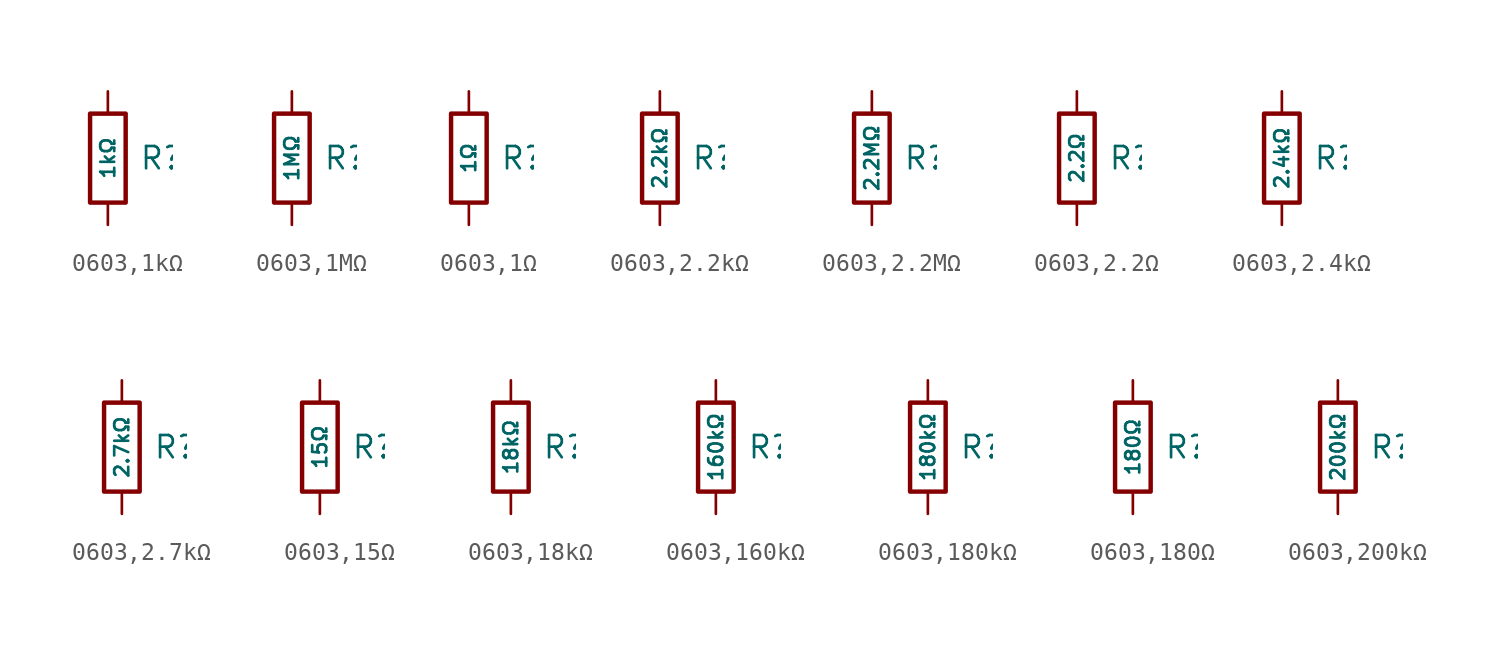
<source format=kicad_sym>
(kicad_symbol_lib
  (version 20231120)
  (generator "CDFER")
  (generator_version "8.0")
  (symbol "0603,1kΩ"
    (pin_numbers hide)
    (pin_names
      (offset 0))
    (property "Reference" "R"
      (at 1.778 0 0)
      (effects (font (size 1.27 1.27)) (justify left)))
    (property "Value" "1kΩ"
      (at 0 0 90)
      (do_not_autoplace)
      (effects (font (size 0.8 0.8))))
    (symbol "0603,1kΩ_0_1"
      (rectangle (start -1.016 2.54) (end 1.016 -2.54) (stroke (width 0.254) (type default)) (fill (type none))))
    (symbol "0603,1kΩ_1_1"
      (pin passive line (at 0 3.81 270) (length 1.27) (name "~" (effects (font (size 1.27 1.27)))) (number "1" (effects (font (size 1.27 1.27)))))
      (pin passive line (at 0 -3.81 90) (length 1.27) (name "~" (effects (font (size 1.27 1.27)))) (number "2" (effects (font (size 1.27 1.27)))))))
  (symbol "0603,1MΩ"
    (pin_numbers hide)
    (pin_names
      (offset 0))
    (property "Reference" "R"
      (at 1.778 0 0)
      (effects (font (size 1.27 1.27)) (justify left)))
    (property "Value" "1MΩ"
      (at 0 0 90)
      (do_not_autoplace)
      (effects (font (size 0.8 0.8))))
    (symbol "0603,1MΩ_0_1"
      (rectangle (start -1.016 2.54) (end 1.016 -2.54) (stroke (width 0.254) (type default)) (fill (type none))))
    (symbol "0603,1MΩ_1_1"
      (pin passive line (at 0 3.81 270) (length 1.27) (name "~" (effects (font (size 1.27 1.27)))) (number "1" (effects (font (size 1.27 1.27)))))
      (pin passive line (at 0 -3.81 90) (length 1.27) (name "~" (effects (font (size 1.27 1.27)))) (number "2" (effects (font (size 1.27 1.27)))))))
  (symbol "0603,1Ω"
    (pin_numbers hide)
    (pin_names
      (offset 0))
    (property "Reference" "R"
      (at 1.778 0 0)
      (effects (font (size 1.27 1.27)) (justify left)))
    (property "Value" "1Ω"
      (at 0 0 90)
      (do_not_autoplace)
      (effects (font (size 0.8 0.8))))
    (symbol "0603,1Ω_0_1"
      (rectangle (start -1.016 2.54) (end 1.016 -2.54) (stroke (width 0.254) (type default)) (fill (type none))))
    (symbol "0603,1Ω_1_1"
      (pin passive line (at 0 3.81 270) (length 1.27) (name "~" (effects (font (size 1.27 1.27)))) (number "1" (effects (font (size 1.27 1.27)))))
      (pin passive line (at 0 -3.81 90) (length 1.27) (name "~" (effects (font (size 1.27 1.27)))) (number "2" (effects (font (size 1.27 1.27)))))))
  (symbol "0603,2.2kΩ"
    (pin_numbers hide)
    (pin_names
      (offset 0))
    (property "Reference" "R"
      (at 1.778 0 0)
      (effects (font (size 1.27 1.27)) (justify left)))
    (property "Value" "2.2kΩ"
      (at 0 0 90)
      (do_not_autoplace)
      (effects (font (size 0.8 0.8))))
    (symbol "0603,2.2kΩ_0_1"
      (rectangle (start -1.016 2.54) (end 1.016 -2.54) (stroke (width 0.254) (type default)) (fill (type none))))
    (symbol "0603,2.2kΩ_1_1"
      (pin passive line (at 0 3.81 270) (length 1.27) (name "~" (effects (font (size 1.27 1.27)))) (number "1" (effects (font (size 1.27 1.27)))))
      (pin passive line (at 0 -3.81 90) (length 1.27) (name "~" (effects (font (size 1.27 1.27)))) (number "2" (effects (font (size 1.27 1.27)))))))
  (symbol "0603,2.2MΩ"
    (pin_numbers hide)
    (pin_names
      (offset 0))
    (property "Reference" "R"
      (at 1.778 0 0)
      (effects (font (size 1.27 1.27)) (justify left)))
    (property "Value" "2.2MΩ"
      (at 0 0 90)
      (do_not_autoplace)
      (effects (font (size 0.8 0.8))))
    (symbol "0603,2.2MΩ_0_1"
      (rectangle (start -1.016 2.54) (end 1.016 -2.54) (stroke (width 0.254) (type default)) (fill (type none))))
    (symbol "0603,2.2MΩ_1_1"
      (pin passive line (at 0 3.81 270) (length 1.27) (name "~" (effects (font (size 1.27 1.27)))) (number "1" (effects (font (size 1.27 1.27)))))
      (pin passive line (at 0 -3.81 90) (length 1.27) (name "~" (effects (font (size 1.27 1.27)))) (number "2" (effects (font (size 1.27 1.27)))))))
  (symbol "0603,2.2Ω"
    (pin_numbers hide)
    (pin_names
      (offset 0))
    (property "Reference" "R"
      (at 1.778 0 0)
      (effects (font (size 1.27 1.27)) (justify left)))
    (property "Value" "2.2Ω"
      (at 0 0 90)
      (do_not_autoplace)
      (effects (font (size 0.8 0.8))))
    (symbol "0603,2.2Ω_0_1"
      (rectangle (start -1.016 2.54) (end 1.016 -2.54) (stroke (width 0.254) (type default)) (fill (type none))))
    (symbol "0603,2.2Ω_1_1"
      (pin passive line (at 0 3.81 270) (length 1.27) (name "~" (effects (font (size 1.27 1.27)))) (number "1" (effects (font (size 1.27 1.27)))))
      (pin passive line (at 0 -3.81 90) (length 1.27) (name "~" (effects (font (size 1.27 1.27)))) (number "2" (effects (font (size 1.27 1.27)))))))
  (symbol "0603,2.4kΩ"
    (pin_numbers hide)
    (pin_names
      (offset 0))
    (property "Reference" "R"
      (at 1.778 0 0)
      (effects (font (size 1.27 1.27)) (justify left)))
    (property "Value" "2.4kΩ"
      (at 0 0 90)
      (do_not_autoplace)
      (effects (font (size 0.8 0.8))))
    (symbol "0603,2.4kΩ_0_1"
      (rectangle (start -1.016 2.54) (end 1.016 -2.54) (stroke (width 0.254) (type default)) (fill (type none))))
    (symbol "0603,2.4kΩ_1_1"
      (pin passive line (at 0 3.81 270) (length 1.27) (name "~" (effects (font (size 1.27 1.27)))) (number "1" (effects (font (size 1.27 1.27)))))
      (pin passive line (at 0 -3.81 90) (length 1.27) (name "~" (effects (font (size 1.27 1.27)))) (number "2" (effects (font (size 1.27 1.27)))))))
  (symbol "0603,2.7kΩ"
    (pin_numbers hide)
    (pin_names
      (offset 0))
    (property "Reference" "R"
      (at 1.778 0 0)
      (effects (font (size 1.27 1.27)) (justify left)))
    (property "Value" "2.7kΩ"
      (at 0 0 90)
      (do_not_autoplace)
      (effects (font (size 0.8 0.8))))
    (symbol "0603,2.7kΩ_0_1"
      (rectangle (start -1.016 2.54) (end 1.016 -2.54) (stroke (width 0.254) (type default)) (fill (type none))))
    (symbol "0603,2.7kΩ_1_1"
      (pin passive line (at 0 3.81 270) (length 1.27) (name "~" (effects (font (size 1.27 1.27)))) (number "1" (effects (font (size 1.27 1.27)))))
      (pin passive line (at 0 -3.81 90) (length 1.27) (name "~" (effects (font (size 1.27 1.27)))) (number "2" (effects (font (size 1.27 1.27)))))))
  (symbol "0603,15Ω"
    (pin_numbers hide)
    (pin_names
      (offset 0))
    (property "Reference" "R"
      (at 1.778 0 0)
      (effects (font (size 1.27 1.27)) (justify left)))
    (property "Value" "15Ω"
      (at 0 0 90)
      (do_not_autoplace)
      (effects (font (size 0.8 0.8))))
    (symbol "0603,15Ω_0_1"
      (rectangle (start -1.016 2.54) (end 1.016 -2.54) (stroke (width 0.254) (type default)) (fill (type none))))
    (symbol "0603,15Ω_1_1"
      (pin passive line (at 0 3.81 270) (length 1.27) (name "~" (effects (font (size 1.27 1.27)))) (number "1" (effects (font (size 1.27 1.27)))))
      (pin passive line (at 0 -3.81 90) (length 1.27) (name "~" (effects (font (size 1.27 1.27)))) (number "2" (effects (font (size 1.27 1.27)))))))
  (symbol "0603,18kΩ"
    (pin_numbers hide)
    (pin_names
      (offset 0))
    (property "Reference" "R"
      (at 1.778 0 0)
      (effects (font (size 1.27 1.27)) (justify left)))
    (property "Value" "18kΩ"
      (at 0 0 90)
      (do_not_autoplace)
      (effects (font (size 0.8 0.8))))
    (symbol "0603,18kΩ_0_1"
      (rectangle (start -1.016 2.54) (end 1.016 -2.54) (stroke (width 0.254) (type default)) (fill (type none))))
    (symbol "0603,18kΩ_1_1"
      (pin passive line (at 0 3.81 270) (length 1.27) (name "~" (effects (font (size 1.27 1.27)))) (number "1" (effects (font (size 1.27 1.27)))))
      (pin passive line (at 0 -3.81 90) (length 1.27) (name "~" (effects (font (size 1.27 1.27)))) (number "2" (effects (font (size 1.27 1.27)))))))
  (symbol "0603,160kΩ"
    (pin_numbers hide)
    (pin_names
      (offset 0))
    (property "Reference" "R"
      (at 1.778 0 0)
      (effects (font (size 1.27 1.27)) (justify left)))
    (property "Value" "160kΩ"
      (at 0 0 90)
      (do_not_autoplace)
      (effects (font (size 0.8 0.8))))
    (symbol "0603,160kΩ_0_1"
      (rectangle (start -1.016 2.54) (end 1.016 -2.54) (stroke (width 0.254) (type default)) (fill (type none))))
    (symbol "0603,160kΩ_1_1"
      (pin passive line (at 0 3.81 270) (length 1.27) (name "~" (effects (font (size 1.27 1.27)))) (number "1" (effects (font (size 1.27 1.27)))))
      (pin passive line (at 0 -3.81 90) (length 1.27) (name "~" (effects (font (size 1.27 1.27)))) (number "2" (effects (font (size 1.27 1.27)))))))
  (symbol "0603,180kΩ"
    (pin_numbers hide)
    (pin_names
      (offset 0))
    (property "Reference" "R"
      (at 1.778 0 0)
      (effects (font (size 1.27 1.27)) (justify left)))
    (property "Value" "180kΩ"
      (at 0 0 90)
      (do_not_autoplace)
      (effects (font (size 0.8 0.8))))
    (symbol "0603,180kΩ_0_1"
      (rectangle (start -1.016 2.54) (end 1.016 -2.54) (stroke (width 0.254) (type default)) (fill (type none))))
    (symbol "0603,180kΩ_1_1"
      (pin passive line (at 0 3.81 270) (length 1.27) (name "~" (effects (font (size 1.27 1.27)))) (number "1" (effects (font (size 1.27 1.27)))))
      (pin passive line (at 0 -3.81 90) (length 1.27) (name "~" (effects (font (size 1.27 1.27)))) (number "2" (effects (font (size 1.27 1.27)))))))
  (symbol "0603,180Ω"
    (pin_numbers hide)
    (pin_names
      (offset 0))
    (property "Reference" "R"
      (at 1.778 0 0)
      (effects (font (size 1.27 1.27)) (justify left)))
    (property "Value" "180Ω"
      (at 0 0 90)
      (do_not_autoplace)
      (effects (font (size 0.8 0.8))))
    (symbol "0603,180Ω_0_1"
      (rectangle (start -1.016 2.54) (end 1.016 -2.54) (stroke (width 0.254) (type default)) (fill (type none))))
    (symbol "0603,180Ω_1_1"
      (pin passive line (at 0 3.81 270) (length 1.27) (name "~" (effects (font (size 1.27 1.27)))) (number "1" (effects (font (size 1.27 1.27)))))
      (pin passive line (at 0 -3.81 90) (length 1.27) (name "~" (effects (font (size 1.27 1.27)))) (number "2" (effects (font (size 1.27 1.27)))))))
  (symbol "0603,200kΩ"
    (pin_numbers hide)
    (pin_names
      (offset 0))
    (property "Reference" "R"
      (at 1.778 0 0)
      (effects (font (size 1.27 1.27)) (justify left)))
    (property "Value" "200kΩ"
      (at 0 0 90)
      (do_not_autoplace)
      (effects (font (size 0.8 0.8))))
    (symbol "0603,200kΩ_0_1"
      (rectangle (start -1.016 2.54) (end 1.016 -2.54) (stroke (width 0.254) (type default)) (fill (type none))))
    (symbol "0603,200kΩ_1_1"
      (pin passive line (at 0 3.81 270) (length 1.27) (name "~" (effects (font (size 1.27 1.27)))) (number "1" (effects (font (size 1.27 1.27)))))
      (pin passive line (at 0 -3.81 90) (length 1.27) (name "~" (effects (font (size 1.27 1.27)))) (number "2" (effects (font (size 1.27 1.27))))))))
</source>
